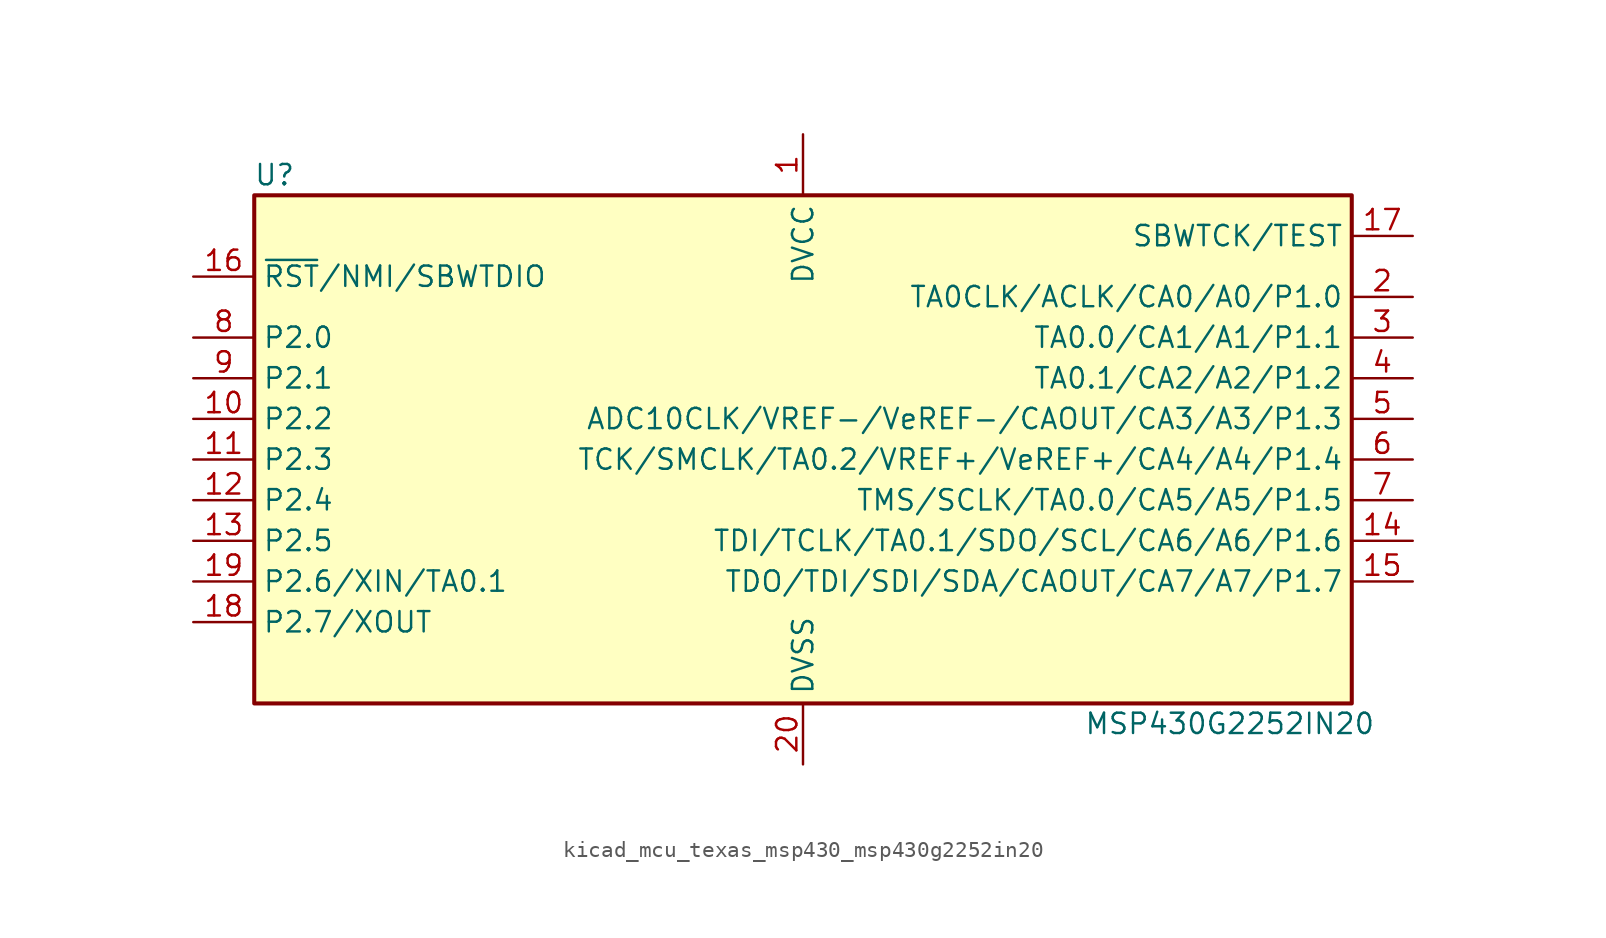
<source format=kicad_sym>
(kicad_symbol_lib
  (version 20220914)
  (generator kicad_symbol_editor)
  (symbol "kicad_mcu_texas_msp430_msp430g2252in20"
    (property "Reference" "U"
      (at -33.02 17.78 0)
      (effects (font (size 1.27 1.27))))
    (property "Value" "MSP430G2252IN20"
      (at 26.67 -16.51 0)
      (effects (font (size 1.27 1.27))))
    (symbol "kicad_mcu_texas_msp430_msp430g2252in20_0_1"
      (rectangle (start -34.29 16.51) (end 34.29 -15.24) (stroke (width 0.254) (type default)) (fill (type background))))
    (symbol "kicad_mcu_texas_msp430_msp430g2252in20_1_1"
      (pin power_in line (at 0 20.32 270) (length 3.81) (name "DVCC" (effects (font (size 1.27 1.27)))) (number "1" (effects (font (size 1.27 1.27)))))
      (pin bidirectional line (at -38.1 2.54 0) (length 3.81) (name "P2.2" (effects (font (size 1.27 1.27)))) (number "10" (effects (font (size 1.27 1.27)))))
      (pin bidirectional line (at -38.1 0 0) (length 3.81) (name "P2.3" (effects (font (size 1.27 1.27)))) (number "11" (effects (font (size 1.27 1.27)))))
      (pin bidirectional line (at -38.1 -2.54 0) (length 3.81) (name "P2.4" (effects (font (size 1.27 1.27)))) (number "12" (effects (font (size 1.27 1.27)))))
      (pin bidirectional line (at -38.1 -5.08 0) (length 3.81) (name "P2.5" (effects (font (size 1.27 1.27)))) (number "13" (effects (font (size 1.27 1.27)))))
      (pin bidirectional line (at 38.1 -5.08 180) (length 3.81) (name "TDI/TCLK/TA0.1/SDO/SCL/CA6/A6/P1.6" (effects (font (size 1.27 1.27)))) (number "14" (effects (font (size 1.27 1.27)))))
      (pin bidirectional line (at 38.1 -7.62 180) (length 3.81) (name "TDO/TDI/SDI/SDA/CAOUT/CA7/A7/P1.7" (effects (font (size 1.27 1.27)))) (number "15" (effects (font (size 1.27 1.27)))))
      (pin input line (at -38.1 11.43 0) (length 3.81) (name "~{RST}/NMI/SBWTDIO" (effects (font (size 1.27 1.27)))) (number "16" (effects (font (size 1.27 1.27)))))
      (pin input line (at 38.1 13.97 180) (length 3.81) (name "SBWTCK/TEST" (effects (font (size 1.27 1.27)))) (number "17" (effects (font (size 1.27 1.27)))))
      (pin bidirectional line (at -38.1 -10.16 0) (length 3.81) (name "P2.7/XOUT" (effects (font (size 1.27 1.27)))) (number "18" (effects (font (size 1.27 1.27)))))
      (pin bidirectional line (at -38.1 -7.62 0) (length 3.81) (name "P2.6/XIN/TA0.1" (effects (font (size 1.27 1.27)))) (number "19" (effects (font (size 1.27 1.27)))))
      (pin bidirectional line (at 38.1 10.16 180) (length 3.81) (name "TA0CLK/ACLK/CA0/A0/P1.0" (effects (font (size 1.27 1.27)))) (number "2" (effects (font (size 1.27 1.27)))))
      (pin power_in line (at 0 -19.05 90) (length 3.81) (name "DVSS" (effects (font (size 1.27 1.27)))) (number "20" (effects (font (size 1.27 1.27)))))
      (pin bidirectional line (at 38.1 7.62 180) (length 3.81) (name "TA0.0/CA1/A1/P1.1" (effects (font (size 1.27 1.27)))) (number "3" (effects (font (size 1.27 1.27)))))
      (pin bidirectional line (at 38.1 5.08 180) (length 3.81) (name "TA0.1/CA2/A2/P1.2" (effects (font (size 1.27 1.27)))) (number "4" (effects (font (size 1.27 1.27)))))
      (pin bidirectional line (at 38.1 2.54 180) (length 3.81) (name "ADC10CLK/VREF-/VeREF-/CAOUT/CA3/A3/P1.3" (effects (font (size 1.27 1.27)))) (number "5" (effects (font (size 1.27 1.27)))))
      (pin bidirectional line (at 38.1 0 180) (length 3.81) (name "TCK/SMCLK/TA0.2/VREF+/VeREF+/CA4/A4/P1.4" (effects (font (size 1.27 1.27)))) (number "6" (effects (font (size 1.27 1.27)))))
      (pin bidirectional line (at 38.1 -2.54 180) (length 3.81) (name "TMS/SCLK/TA0.0/CA5/A5/P1.5" (effects (font (size 1.27 1.27)))) (number "7" (effects (font (size 1.27 1.27)))))
      (pin bidirectional line (at -38.1 7.62 0) (length 3.81) (name "P2.0" (effects (font (size 1.27 1.27)))) (number "8" (effects (font (size 1.27 1.27)))))
      (pin bidirectional line (at -38.1 5.08 0) (length 3.81) (name "P2.1" (effects (font (size 1.27 1.27)))) (number "9" (effects (font (size 1.27 1.27))))))))
</source>
